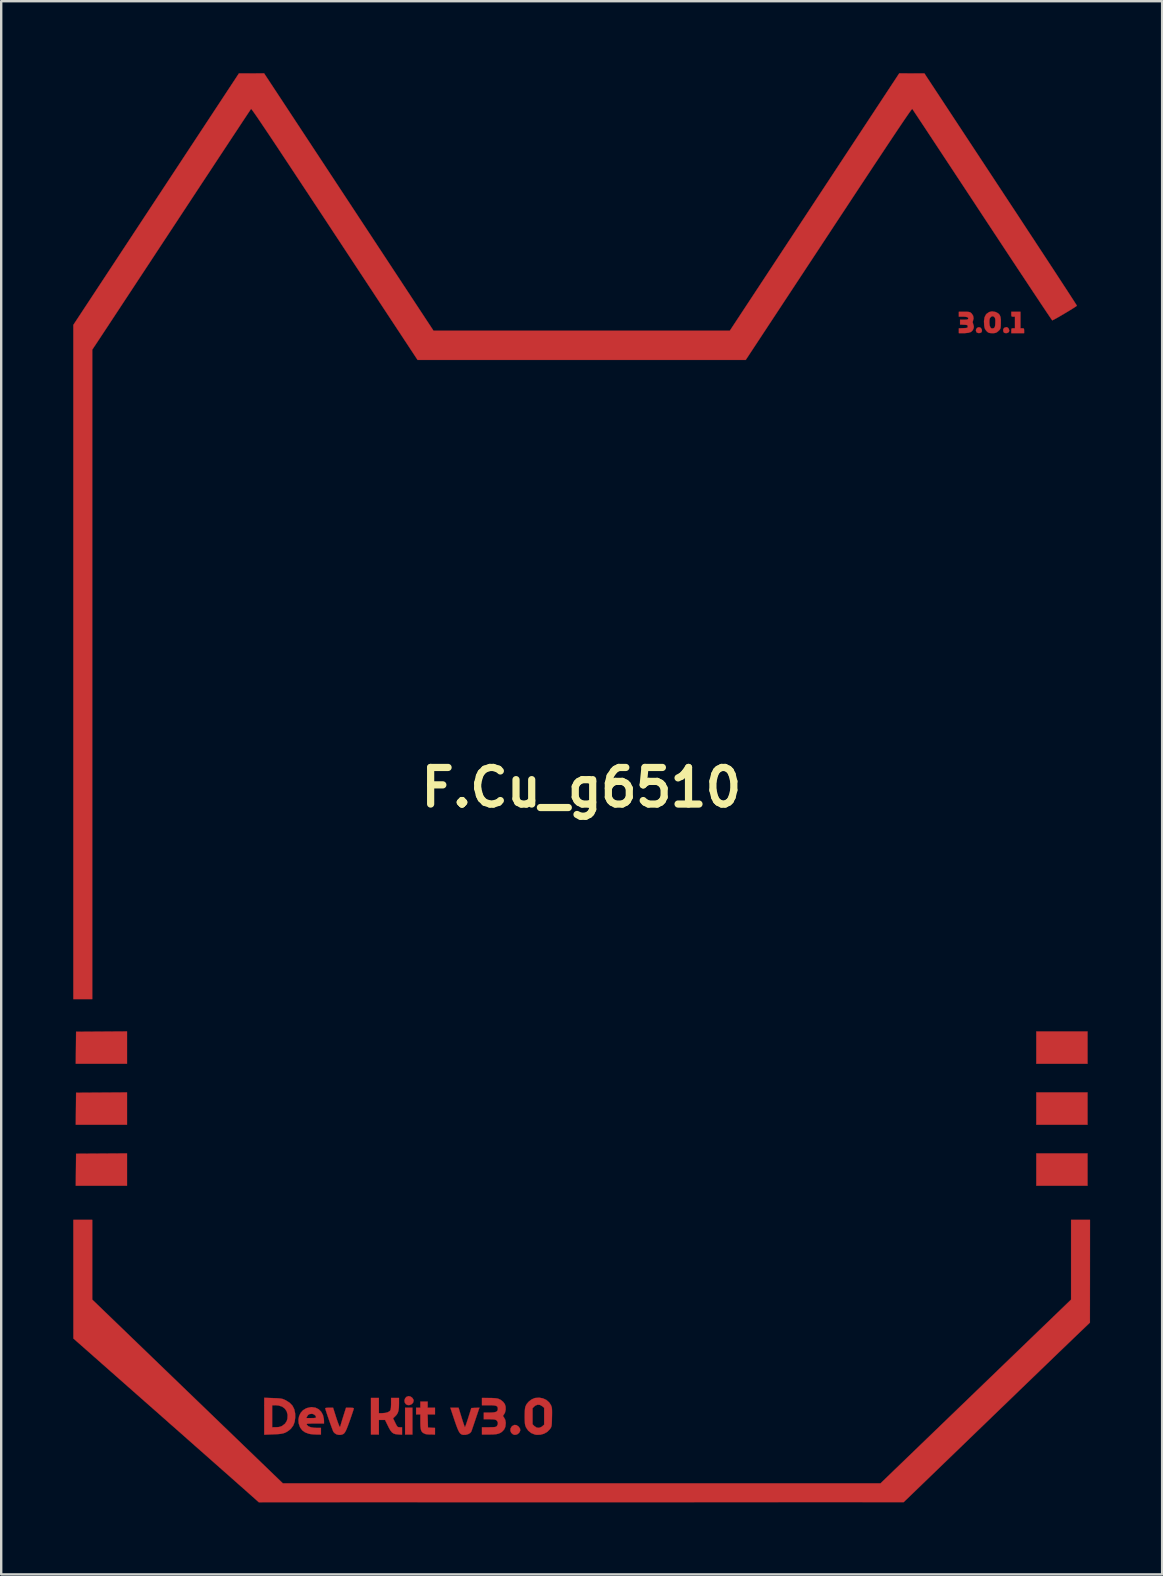
<source format=kicad_pcb>
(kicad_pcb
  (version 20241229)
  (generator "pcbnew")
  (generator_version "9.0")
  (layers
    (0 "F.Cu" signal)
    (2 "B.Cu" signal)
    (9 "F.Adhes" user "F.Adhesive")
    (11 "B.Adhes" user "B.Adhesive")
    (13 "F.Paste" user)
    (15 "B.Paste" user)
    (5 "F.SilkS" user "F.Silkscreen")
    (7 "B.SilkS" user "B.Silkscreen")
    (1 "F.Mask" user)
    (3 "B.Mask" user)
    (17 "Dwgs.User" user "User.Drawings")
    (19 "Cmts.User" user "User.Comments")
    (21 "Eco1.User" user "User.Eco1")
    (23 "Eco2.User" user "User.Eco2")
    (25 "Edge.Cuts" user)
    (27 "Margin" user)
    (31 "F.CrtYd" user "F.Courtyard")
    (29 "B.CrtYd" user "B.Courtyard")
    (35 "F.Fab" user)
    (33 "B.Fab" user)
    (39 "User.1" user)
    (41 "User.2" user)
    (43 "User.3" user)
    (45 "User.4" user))
  (footprint "F.Cu_g6510"
    (layer "F.Cu")
    (at 21.163 29.748)
    (property "Reference" "F.Cu_g6510" (at 0 0 0) (layer "F.SilkS") (effects (font (size 1.524 1.524) (thickness 0.3))))
    (attr through_hole)
    (fp_poly (pts (xy -18.923 11.506) (xy -21.057 11.506) (xy -21.044 10.173) (xy -18.923 10.159) (xy -18.923 11.506)) (stroke (width 0.01) (type solid)) (fill yes) (layer "F.Cu"))
    (fp_poly (pts (xy -18.923 14.046) (xy -21.057 14.046) (xy -21.044 12.713) (xy -18.923 12.699) (xy -18.923 14.046)) (stroke (width 0.01) (type solid)) (fill yes) (layer "F.Cu"))
    (fp_poly (pts (xy -18.923 16.586) (xy -21.057 16.586) (xy -21.044 15.253) (xy -18.923 15.239) (xy -18.923 16.586)) (stroke (width 0.01) (type solid)) (fill yes) (layer "F.Cu"))
    (fp_poly (pts (xy -7.036 26.949) (xy -7.341 26.949) (xy -7.341 25.832) (xy -7.036 25.832) (xy -7.036 26.949)) (stroke (width 0.01) (type solid)) (fill yes) (layer "F.Cu"))
    (fp_poly (pts (xy 21.082 11.506) (xy 18.948 11.506) (xy 18.948 10.16) (xy 21.082 10.16) (xy 21.082 11.506)) (stroke (width 0.01) (type solid)) (fill yes) (layer "F.Cu"))
    (fp_poly (pts (xy 21.082 14.046) (xy 18.948 14.046) (xy 18.948 12.7) (xy 21.082 12.7) (xy 21.082 14.046)) (stroke (width 0.01) (type solid)) (fill yes) (layer "F.Cu"))
    (fp_poly (pts (xy 21.082 16.586) (xy 18.948 16.586) (xy 18.948 15.24) (xy 21.082 15.24) (xy 21.082 16.586)) (stroke (width 0.01) (type solid)) (fill yes) (layer "F.Cu"))
    (fp_poly (pts (xy 16.597 -19.164) (xy 16.636 -19.14) (xy 16.679 -19.075) (xy 16.684 -19.005) (xy 16.657 -18.953) (xy 16.602 -18.928) (xy 16.531 -18.927) (xy 16.471 -18.949) (xy 16.46 -18.96) (xy 16.432 -19.024) (xy 16.441 -19.087) (xy 16.479 -19.138) (xy 16.534 -19.168) (xy 16.597 -19.164)) (stroke (width 0.01) (type solid)) (fill yes) (layer "F.Cu"))
    (fp_poly (pts (xy 17.763 -19.152) (xy 17.796 -19.112) (xy 17.824 -19.035) (xy 17.807 -18.972) (xy 17.75 -18.932) (xy 17.691 -18.923) (xy 17.625 -18.931) (xy 17.589 -18.961) (xy 17.577 -18.986) (xy 17.565 -19.069) (xy 17.599 -19.132) (xy 17.629 -19.152) (xy 17.704 -19.175) (xy 17.763 -19.152)) (stroke (width 0.01) (type solid)) (fill yes) (layer "F.Cu"))
    (fp_poly (pts (xy -7.106 25.371) (xy -7.036 25.425) (xy -6.992 25.498) (xy -6.985 25.54) (xy -7.007 25.621) (xy -7.063 25.683) (xy -7.14 25.719) (xy -7.224 25.724) (xy -7.3 25.693) (xy -7.315 25.679) (xy -7.361 25.604) (xy -7.367 25.52) (xy -7.34 25.44) (xy -7.284 25.379) (xy -7.204 25.35) (xy -7.187 25.349) (xy -7.106 25.371)) (stroke (width 0.01) (type solid)) (fill yes) (layer "F.Cu"))
    (fp_poly (pts (xy -2.704 26.556) (xy -2.619 26.613) (xy -2.614 26.617) (xy -2.554 26.702) (xy -2.545 26.787) (xy -2.587 26.871) (xy -2.597 26.884) (xy -2.681 26.947) (xy -2.772 26.963) (xy -2.845 26.943) (xy -2.92 26.879) (xy -2.956 26.796) (xy -2.952 26.705) (xy -2.907 26.622) (xy -2.877 26.593) (xy -2.79 26.549) (xy -2.704 26.556)) (stroke (width 0.01) (type solid)) (fill yes) (layer "F.Cu"))
    (fp_poly (pts (xy 18.288 -19.126) (xy 18.364 -19.126) (xy 18.413 -19.122) (xy 18.435 -19.1) (xy 18.44 -19.046) (xy 18.44 -19.025) (xy 18.44 -18.923) (xy 17.907 -18.923) (xy 17.907 -19.025) (xy 17.91 -19.09) (xy 17.926 -19.119) (xy 17.967 -19.126) (xy 17.983 -19.126) (xy 18.059 -19.126) (xy 18.059 -19.609) (xy 17.983 -19.609) (xy 17.934 -19.613) (xy 17.913 -19.635) (xy 17.907 -19.689) (xy 17.907 -19.71) (xy 17.907 -19.812) (xy 18.288 -19.812) (xy 18.288 -19.126)) (stroke (width 0.01) (type solid)) (fill yes) (layer "F.Cu"))
    (fp_poly (pts (xy -6.401 25.832) (xy -6.096 25.832) (xy -6.096 26.111) (xy -6.403 26.111) (xy -6.395 26.384) (xy -6.388 26.657) (xy -6.242 26.665) (xy -6.096 26.673) (xy -6.096 26.949) (xy -6.267 26.947) (xy -6.361 26.945) (xy -6.437 26.939) (xy -6.477 26.933) (xy -6.561 26.9) (xy -6.622 26.858) (xy -6.664 26.8) (xy -6.689 26.718) (xy -6.702 26.603) (xy -6.706 26.447) (xy -6.706 26.417) (xy -6.706 26.111) (xy -6.883 26.111) (xy -6.883 25.832) (xy -6.706 25.832) (xy -6.706 25.578) (xy -6.401 25.578) (xy -6.401 25.832)) (stroke (width 0.01) (type solid)) (fill yes) (layer "F.Cu"))
    (fp_poly (pts (xy -4.406 26.307) (xy -4.456 26.456) (xy -4.502 26.591) (xy -4.54 26.702) (xy -4.568 26.783) (xy -4.583 26.825) (xy -4.584 26.827) (xy -4.633 26.887) (xy -4.717 26.934) (xy -4.819 26.96) (xy -4.923 26.962) (xy -4.945 26.958) (xy -4.993 26.942) (xy -5.036 26.914) (xy -5.076 26.866) (xy -5.117 26.794) (xy -5.162 26.692) (xy -5.214 26.553) (xy -5.277 26.372) (xy -5.29 26.332) (xy -5.457 25.832) (xy -5.114 25.832) (xy -4.989 26.238) (xy -4.947 26.372) (xy -4.909 26.488) (xy -4.878 26.577) (xy -4.857 26.631) (xy -4.85 26.644) (xy -4.838 26.621) (xy -4.813 26.558) (xy -4.78 26.462) (xy -4.74 26.342) (xy -4.709 26.245) (xy -4.583 25.845) (xy -4.414 25.837) (xy -4.245 25.83) (xy -4.406 26.307)) (stroke (width 0.01) (type solid)) (fill yes) (layer "F.Cu"))
    (fp_poly (pts (xy -8.433 26.06) (xy -8.312 26.06) (xy -8.171 26.049) (xy -8.057 26.018) (xy -7.979 25.97) (xy -7.964 25.952) (xy -7.943 25.903) (xy -7.93 25.822) (xy -7.925 25.701) (xy -7.925 25.661) (xy -7.925 25.425) (xy -7.595 25.425) (xy -7.595 25.66) (xy -7.599 25.824) (xy -7.615 25.949) (xy -7.645 26.045) (xy -7.691 26.123) (xy -7.746 26.183) (xy -7.842 26.275) (xy -7.751 26.46) (xy -7.705 26.551) (xy -7.671 26.606) (xy -7.641 26.634) (xy -7.604 26.643) (xy -7.564 26.645) (xy -7.468 26.645) (xy -7.468 26.955) (xy -7.632 26.945) (xy -7.737 26.933) (xy -7.819 26.908) (xy -7.886 26.861) (xy -7.947 26.787) (xy -8.012 26.676) (xy -8.057 26.585) (xy -8.177 26.34) (xy -8.433 26.34) (xy -8.433 26.949) (xy -8.763 26.949) (xy -8.763 25.425) (xy -8.433 25.425) (xy -8.433 26.06)) (stroke (width 0.01) (type solid)) (fill yes) (layer "F.Cu"))
    (fp_poly (pts (xy -12.84 25.431) (xy -12.694 25.436) (xy -12.587 25.443) (xy -12.508 25.452) (xy -12.445 25.466) (xy -12.387 25.487) (xy -12.322 25.518) (xy -12.308 25.524) (xy -12.148 25.625) (xy -12.031 25.748) (xy -11.955 25.898) (xy -11.919 26.078) (xy -11.916 26.233) (xy -11.941 26.421) (xy -12 26.576) (xy -12.096 26.704) (xy -12.176 26.774) (xy -12.256 26.83) (xy -12.333 26.871) (xy -12.417 26.9) (xy -12.519 26.92) (xy -12.65 26.933) (xy -12.82 26.941) (xy -12.846 26.942) (xy -13.208 26.956) (xy -13.208 26.645) (xy -12.878 26.645) (xy -12.719 26.644) (xy -12.598 26.636) (xy -12.503 26.608) (xy -12.461 26.587) (xy -12.344 26.498) (xy -12.271 26.387) (xy -12.243 26.292) (xy -12.235 26.129) (xy -12.271 25.988) (xy -12.347 25.873) (xy -12.459 25.789) (xy -12.603 25.741) (xy -12.719 25.731) (xy -12.878 25.73) (xy -12.878 26.645) (xy -13.208 26.645) (xy -13.208 25.418) (xy -12.84 25.431)) (stroke (width 0.01) (type solid)) (fill yes) (layer "F.Cu"))
    (fp_poly (pts (xy 16.064 -19.811) (xy 16.136 -19.806) (xy 16.185 -19.794) (xy 16.221 -19.772) (xy 16.258 -19.738) (xy 16.316 -19.648) (xy 16.335 -19.543) (xy 16.312 -19.441) (xy 16.307 -19.432) (xy 16.297 -19.374) (xy 16.321 -19.293) (xy 16.321 -19.291) (xy 16.345 -19.214) (xy 16.341 -19.145) (xy 16.331 -19.109) (xy 16.288 -19.027) (xy 16.22 -18.97) (xy 16.12 -18.937) (xy 15.98 -18.924) (xy 15.932 -18.923) (xy 15.723 -18.923) (xy 15.723 -19.124) (xy 15.907 -19.131) (xy 16.002 -19.136) (xy 16.057 -19.144) (xy 16.083 -19.158) (xy 16.09 -19.184) (xy 16.091 -19.202) (xy 16.087 -19.237) (xy 16.069 -19.257) (xy 16.025 -19.267) (xy 15.943 -19.273) (xy 15.932 -19.273) (xy 15.773 -19.281) (xy 15.773 -19.482) (xy 15.936 -19.482) (xy 16.037 -19.486) (xy 16.094 -19.5) (xy 16.112 -19.517) (xy 16.111 -19.562) (xy 16.067 -19.591) (xy 15.977 -19.606) (xy 15.895 -19.609) (xy 15.723 -19.609) (xy 15.723 -19.812) (xy 15.953 -19.812) (xy 16.064 -19.811)) (stroke (width 0.01) (type solid)) (fill yes) (layer "F.Cu"))
    (fp_poly (pts (xy -20.371 19.668) (xy -20.371 21.328) (xy -16.402 25.155) (xy -12.433 28.981) (xy 12.46 28.981) (xy 20.396 21.329) (xy 20.396 18.009) (xy 21.184 18.009) (xy 21.183 20.149) (xy 21.181 22.288) (xy 20.617 22.827) (xy 20.539 22.902) (xy 20.426 23.011) (xy 20.281 23.15) (xy 20.107 23.318) (xy 19.904 23.512) (xy 19.677 23.731) (xy 19.426 23.973) (xy 19.155 24.234) (xy 18.865 24.514) (xy 18.559 24.809) (xy 18.239 25.117) (xy 17.907 25.438) (xy 17.566 25.767) (xy 17.217 26.103) (xy 16.864 26.445) (xy 16.739 26.565) (xy 13.424 29.765) (xy -0.005 29.767) (xy -13.434 29.769) (xy -14.157 29.127) (xy -14.258 29.038) (xy -14.394 28.918) (xy -14.563 28.768) (xy -14.762 28.592) (xy -14.989 28.392) (xy -15.24 28.17) (xy -15.514 27.928) (xy -15.807 27.669) (xy -16.118 27.395) (xy -16.442 27.108) (xy -16.778 26.811) (xy -17.124 26.507) (xy -17.475 26.196) (xy -17.83 25.883) (xy -18.018 25.718) (xy -21.156 22.949) (xy -21.157 20.479) (xy -21.158 18.009) (xy -20.371 18.009) (xy -20.371 19.668)) (stroke (width 0.01) (type solid)) (fill yes) (layer "F.Cu"))
    (fp_poly (pts (xy -10.211 26.239) (xy -10.167 26.372) (xy -10.126 26.485) (xy -10.092 26.571) (xy -10.068 26.621) (xy -10.057 26.631) (xy -10.034 26.596) (xy -10.033 26.589) (xy -10.026 26.557) (xy -10.005 26.485) (xy -9.975 26.383) (xy -9.937 26.261) (xy -9.917 26.197) (xy -9.802 25.832) (xy -9.638 25.832) (xy -9.54 25.836) (xy -9.488 25.847) (xy -9.476 25.864) (xy -9.485 25.896) (xy -9.508 25.969) (xy -9.543 26.074) (xy -9.587 26.204) (xy -9.638 26.35) (xy -9.647 26.376) (xy -9.712 26.555) (xy -9.765 26.693) (xy -9.81 26.794) (xy -9.851 26.865) (xy -9.893 26.912) (xy -9.939 26.94) (xy -9.993 26.956) (xy -10.034 26.963) (xy -10.122 26.961) (xy -10.203 26.939) (xy -10.272 26.895) (xy -10.324 26.84) (xy -10.342 26.802) (xy -10.372 26.726) (xy -10.411 26.62) (xy -10.456 26.496) (xy -10.504 26.361) (xy -10.551 26.225) (xy -10.594 26.097) (xy -10.63 25.987) (xy -10.655 25.904) (xy -10.667 25.857) (xy -10.668 25.852) (xy -10.645 25.842) (xy -10.584 25.834) (xy -10.504 25.832) (xy -10.34 25.832) (xy -10.211 26.239)) (stroke (width 0.01) (type solid)) (fill yes) (layer "F.Cu"))
    (fp_poly (pts (xy 17.238 -19.807) (xy 17.284 -19.79) (xy 17.366 -19.742) (xy 17.423 -19.681) (xy 17.457 -19.595) (xy 17.472 -19.478) (xy 17.471 -19.323) (xy 17.466 -19.214) (xy 17.459 -19.143) (xy 17.444 -19.096) (xy 17.417 -19.058) (xy 17.374 -19.016) (xy 17.368 -19.01) (xy 17.309 -18.961) (xy 17.256 -18.935) (xy 17.19 -18.924) (xy 17.117 -18.923) (xy 17.027 -18.926) (xy 16.968 -18.938) (xy 16.92 -18.968) (xy 16.879 -19.006) (xy 16.827 -19.069) (xy 16.796 -19.139) (xy 16.778 -19.236) (xy 16.771 -19.372) (xy 16.993 -19.372) (xy 17.004 -19.248) (xy 17.035 -19.163) (xy 17.084 -19.119) (xy 17.148 -19.121) (xy 17.183 -19.138) (xy 17.211 -19.165) (xy 17.228 -19.208) (xy 17.237 -19.282) (xy 17.241 -19.354) (xy 17.243 -19.46) (xy 17.235 -19.529) (xy 17.216 -19.573) (xy 17.206 -19.586) (xy 17.149 -19.628) (xy 17.093 -19.622) (xy 17.043 -19.583) (xy 17.013 -19.541) (xy 16.998 -19.48) (xy 16.993 -19.387) (xy 16.993 -19.372) (xy 16.771 -19.372) (xy 16.769 -19.427) (xy 16.792 -19.58) (xy 16.85 -19.696) (xy 16.876 -19.726) (xy 16.983 -19.801) (xy 17.105 -19.829) (xy 17.238 -19.807)) (stroke (width 0.01) (type solid)) (fill yes) (layer "F.Cu"))
    (fp_poly (pts (xy -11.074 25.83) (xy -10.941 25.895) (xy -10.836 25.999) (xy -10.762 26.135) (xy -10.724 26.3) (xy -10.719 26.389) (xy -10.719 26.492) (xy -11.088 26.492) (xy -11.231 26.492) (xy -11.331 26.494) (xy -11.394 26.497) (xy -11.428 26.504) (xy -11.439 26.516) (xy -11.435 26.533) (xy -11.429 26.545) (xy -11.368 26.606) (xy -11.262 26.647) (xy -11.115 26.668) (xy -11.037 26.67) (xy -10.846 26.67) (xy -10.846 26.949) (xy -11.043 26.948) (xy -11.157 26.943) (xy -11.269 26.931) (xy -11.354 26.915) (xy -11.355 26.915) (xy -11.509 26.857) (xy -11.624 26.774) (xy -11.709 26.661) (xy -11.72 26.639) (xy -11.773 26.484) (xy -11.784 26.328) (xy -11.772 26.264) (xy -11.457 26.264) (xy -11.253 26.264) (xy -11.148 26.262) (xy -11.086 26.255) (xy -11.056 26.242) (xy -11.049 26.226) (xy -11.071 26.169) (xy -11.126 26.118) (xy -11.197 26.089) (xy -11.225 26.086) (xy -11.317 26.096) (xy -11.378 26.131) (xy -11.419 26.19) (xy -11.457 26.264) (xy -11.772 26.264) (xy -11.755 26.179) (xy -11.691 26.046) (xy -11.594 25.937) (xy -11.468 25.86) (xy -11.424 25.845) (xy -11.336 25.823) (xy -11.258 25.809) (xy -11.229 25.807) (xy -11.074 25.83)) (stroke (width 0.01) (type solid)) (fill yes) (layer "F.Cu"))
    (fp_poly (pts (xy -1.6 25.442) (xy -1.457 25.508) (xy -1.341 25.609) (xy -1.272 25.714) (xy -1.25 25.762) (xy -1.235 25.81) (xy -1.226 25.867) (xy -1.222 25.943) (xy -1.221 26.048) (xy -1.223 26.192) (xy -1.224 26.222) (xy -1.227 26.372) (xy -1.231 26.48) (xy -1.237 26.556) (xy -1.247 26.611) (xy -1.263 26.652) (xy -1.286 26.691) (xy -1.308 26.724) (xy -1.417 26.836) (xy -1.555 26.915) (xy -1.712 26.958) (xy -1.875 26.96) (xy -1.943 26.947) (xy -2.093 26.885) (xy -2.216 26.784) (xy -2.306 26.65) (xy -2.337 26.566) (xy -2.35 26.493) (xy -2.357 26.384) (xy -2.361 26.253) (xy -2.36 26.114) (xy -2.356 25.981) (xy -2.347 25.87) (xy -2.344 25.853) (xy -2.032 25.853) (xy -2.032 26.522) (xy -1.958 26.596) (xy -1.866 26.657) (xy -1.767 26.67) (xy -1.666 26.633) (xy -1.628 26.604) (xy -1.549 26.538) (xy -1.549 25.836) (xy -1.628 25.771) (xy -1.727 25.714) (xy -1.827 25.707) (xy -1.923 25.749) (xy -1.958 25.779) (xy -2.032 25.853) (xy -2.344 25.853) (xy -2.334 25.794) (xy -2.281 25.682) (xy -2.191 25.577) (xy -2.078 25.49) (xy -1.956 25.434) (xy -1.928 25.427) (xy -1.76 25.413) (xy -1.6 25.442)) (stroke (width 0.01) (type solid)) (fill yes) (layer "F.Cu"))
    (fp_poly (pts (xy -3.854 25.426) (xy -3.728 25.428) (xy -3.611 25.434) (xy -3.519 25.444) (xy -3.474 25.452) (xy -3.358 25.505) (xy -3.254 25.59) (xy -3.187 25.681) (xy -3.154 25.79) (xy -3.152 25.914) (xy -3.179 26.032) (xy -3.208 26.088) (xy -3.266 26.175) (xy -3.208 26.261) (xy -3.167 26.344) (xy -3.15 26.445) (xy -3.15 26.484) (xy -3.165 26.625) (xy -3.214 26.736) (xy -3.302 26.831) (xy -3.371 26.879) (xy -3.451 26.913) (xy -3.552 26.935) (xy -3.684 26.946) (xy -3.854 26.949) (xy -4.14 26.949) (xy -4.14 26.645) (xy -3.852 26.645) (xy -3.724 26.644) (xy -3.637 26.64) (xy -3.581 26.632) (xy -3.545 26.617) (xy -3.52 26.596) (xy -3.519 26.595) (xy -3.479 26.519) (xy -3.481 26.437) (xy -3.522 26.368) (xy -3.53 26.36) (xy -3.569 26.338) (xy -3.623 26.323) (xy -3.705 26.316) (xy -3.826 26.314) (xy -4.064 26.314) (xy -4.064 26.035) (xy -3.828 26.035) (xy -3.684 26.03) (xy -3.583 26.014) (xy -3.52 25.984) (xy -3.487 25.937) (xy -3.48 25.883) (xy -3.486 25.823) (xy -3.508 25.781) (xy -3.553 25.753) (xy -3.63 25.738) (xy -3.745 25.731) (xy -3.85 25.73) (xy -4.14 25.73) (xy -4.14 25.425) (xy -3.854 25.426)) (stroke (width 0.01) (type solid)) (fill yes) (layer "F.Cu"))
    (fp_poly (pts (xy 13.763 -29.742) (xy 14.287 -29.741) (xy 17.462 -24.919) (xy 17.758 -24.469) (xy 18.047 -24.031) (xy 18.327 -23.605) (xy 18.596 -23.194) (xy 18.855 -22.801) (xy 19.101 -22.425) (xy 19.334 -22.071) (xy 19.551 -21.739) (xy 19.753 -21.431) (xy 19.937 -21.149) (xy 20.102 -20.896) (xy 20.248 -20.673) (xy 20.372 -20.481) (xy 20.474 -20.324) (xy 20.553 -20.202) (xy 20.606 -20.118) (xy 20.634 -20.073) (xy 20.637 -20.067) (xy 20.617 -20.047) (xy 20.559 -20.008) (xy 20.472 -19.952) (xy 20.364 -19.885) (xy 20.241 -19.81) (xy 20.111 -19.733) (xy 19.982 -19.657) (xy 19.862 -19.587) (xy 19.757 -19.528) (xy 19.675 -19.484) (xy 19.624 -19.46) (xy 19.612 -19.456) (xy 19.596 -19.477) (xy 19.553 -19.539) (xy 19.485 -19.639) (xy 19.393 -19.775) (xy 19.279 -19.946) (xy 19.143 -20.149) (xy 18.987 -20.384) (xy 18.813 -20.646) (xy 18.621 -20.936) (xy 18.413 -21.25) (xy 18.19 -21.586) (xy 17.953 -21.944) (xy 17.705 -22.32) (xy 17.446 -22.713) (xy 17.177 -23.121) (xy 16.9 -23.541) (xy 16.7 -23.844) (xy 16.418 -24.273) (xy 16.143 -24.691) (xy 15.876 -25.095) (xy 15.62 -25.484) (xy 15.374 -25.857) (xy 15.141 -26.21) (xy 14.922 -26.542) (xy 14.718 -26.851) (xy 14.531 -27.135) (xy 14.362 -27.391) (xy 14.211 -27.619) (xy 14.081 -27.815) (xy 13.973 -27.979) (xy 13.887 -28.107) (xy 13.826 -28.199) (xy 13.791 -28.251) (xy 13.783 -28.263) (xy 13.773 -28.257) (xy 13.75 -28.23) (xy 13.713 -28.181) (xy 13.661 -28.109) (xy 13.594 -28.013) (xy 13.51 -27.891) (xy 13.409 -27.743) (xy 13.291 -27.568) (xy 13.153 -27.363) (xy 12.996 -27.128) (xy 12.819 -26.863) (xy 12.621 -26.565) (xy 12.401 -26.233) (xy 12.158 -25.867) (xy 11.892 -25.465) (xy 11.602 -25.026) (xy 11.287 -24.548) (xy 10.947 -24.032) (xy 10.579 -23.475) (xy 10.3 -23.05) (xy 6.845 -17.806) (xy -6.82 -17.806) (xy -10.274 -23.05) (xy -10.66 -23.637) (xy -11.02 -24.182) (xy -11.353 -24.687) (xy -11.661 -25.153) (xy -11.944 -25.581) (xy -12.203 -25.973) (xy -12.439 -26.329) (xy -12.652 -26.651) (xy -12.844 -26.94) (xy -13.015 -27.196) (xy -13.167 -27.422) (xy -13.299 -27.618) (xy -13.412 -27.786) (xy -13.508 -27.927) (xy -13.587 -28.041) (xy -13.65 -28.13) (xy -13.698 -28.196) (xy -13.731 -28.239) (xy -13.751 -28.261) (xy -13.757 -28.263) (xy -13.773 -28.239) (xy -13.816 -28.175) (xy -13.885 -28.072) (xy -13.977 -27.933) (xy -14.093 -27.758) (xy -14.229 -27.552) (xy -14.386 -27.314) (xy -14.562 -27.048) (xy -14.756 -26.754) (xy -14.966 -26.436) (xy -15.191 -26.095) (xy -15.429 -25.733) (xy -15.681 -25.352) (xy -15.943 -24.954) (xy -16.215 -24.541) (xy -16.496 -24.114) (xy -16.784 -23.677) (xy -16.803 -23.647) (xy -17.096 -23.203) (xy -17.383 -22.767) (xy -17.664 -22.341) (xy -17.936 -21.927) (xy -18.199 -21.527) (xy -18.452 -21.144) (xy -18.692 -20.779) (xy -18.918 -20.436) (xy -19.129 -20.116) (xy -19.323 -19.821) (xy -19.5 -19.553) (xy -19.656 -19.315) (xy -19.792 -19.109) (xy -19.906 -18.936) (xy -19.996 -18.8) (xy -20.06 -18.702) (xy -20.096 -18.648) (xy -20.371 -18.234) (xy -20.371 8.814) (xy -21.158 8.814) (xy -21.158 -19.266) (xy -17.71 -24.503) (xy -14.262 -29.741) (xy -13.738 -29.742) (xy -13.213 -29.743) (xy -9.686 -24.385) (xy -6.16 -19.027) (xy 6.185 -19.027) (xy 9.712 -24.385) (xy 13.239 -29.743) (xy 13.763 -29.742)) (stroke (width 0.01) (type solid)) (fill yes) (layer "F.Cu")))
  (gr_rect
    (start -3 -3)
    (end 45.352 62.522)
    (stroke (width 0.1) (type default))
    (fill no)
    (layer "Edge.Cuts")))
</source>
